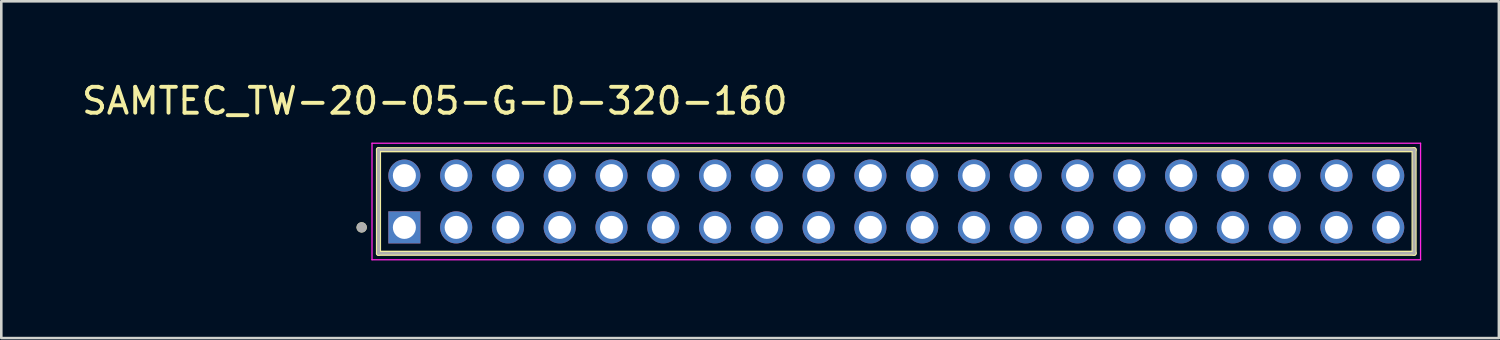
<source format=kicad_pcb>
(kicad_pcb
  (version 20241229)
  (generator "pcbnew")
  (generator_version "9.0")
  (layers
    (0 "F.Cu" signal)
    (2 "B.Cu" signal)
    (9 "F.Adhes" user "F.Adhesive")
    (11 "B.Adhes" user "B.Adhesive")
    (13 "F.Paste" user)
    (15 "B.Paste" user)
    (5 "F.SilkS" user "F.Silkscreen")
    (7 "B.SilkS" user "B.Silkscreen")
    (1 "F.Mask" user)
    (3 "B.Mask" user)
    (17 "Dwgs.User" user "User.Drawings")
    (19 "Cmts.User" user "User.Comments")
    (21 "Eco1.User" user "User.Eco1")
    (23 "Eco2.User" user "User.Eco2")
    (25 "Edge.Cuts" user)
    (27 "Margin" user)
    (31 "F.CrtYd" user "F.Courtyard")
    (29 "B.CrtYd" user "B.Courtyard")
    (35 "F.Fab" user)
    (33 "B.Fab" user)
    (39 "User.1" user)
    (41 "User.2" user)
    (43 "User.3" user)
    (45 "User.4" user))
  (footprint "SAMTEC_TW-20-05-G-D-320-160"
    (layer "F.Cu")
    (at 12.569 5.733)
    (property "Reference" "SAMTEC_TW-20-05-G-D-320-160" (at 1.175 -4.885 0) (layer "F.SilkS") (effects (font (size 1 1) (thickness 0.15))))
    (attr through_hole)
    (fp_line (start -1 1) (end -1 -3) (stroke (width 0.2) (type solid)) (layer "F.SilkS"))
    (fp_line (start 39 -3) (end -1 -3) (stroke (width 0.2) (type solid)) (layer "F.SilkS"))
    (fp_line (start 39 -3) (end 39 1) (stroke (width 0.2) (type solid)) (layer "F.SilkS"))
    (fp_line (start 39 1) (end -1 1) (stroke (width 0.2) (type solid)) (layer "F.SilkS"))
    (fp_circle (center -1.65 0) (end -1.55 0) (stroke (width 0.2) (type solid)) (fill no) (layer "F.SilkS"))
    (fp_line (start -1.25 -3.25) (end 39.25 -3.25) (stroke (width 0.05) (type solid)) (layer "F.CrtYd"))
    (fp_line (start -1.25 1.25) (end -1.25 -3.25) (stroke (width 0.05) (type solid)) (layer "F.CrtYd"))
    (fp_line (start 39.25 -3.25) (end 39.25 1.25) (stroke (width 0.05) (type solid)) (layer "F.CrtYd"))
    (fp_line (start 39.25 1.25) (end -1.25 1.25) (stroke (width 0.05) (type solid)) (layer "F.CrtYd"))
    (fp_line (start -1 -3) (end 39 -3) (stroke (width 0.1) (type solid)) (layer "F.Fab"))
    (fp_line (start -1 -3) (end 39 -3) (stroke (width 0.1) (type solid)) (layer "F.Fab"))
    (fp_line (start -1 1) (end -1 -3) (stroke (width 0.1) (type solid)) (layer "F.Fab"))
    (fp_line (start -1 1) (end -1 -3) (stroke (width 0.1) (type solid)) (layer "F.Fab"))
    (fp_line (start 39 -3) (end 39 1) (stroke (width 0.1) (type solid)) (layer "F.Fab"))
    (fp_line (start 39 -3) (end 39 1) (stroke (width 0.1) (type solid)) (layer "F.Fab"))
    (fp_line (start 39 1) (end -1 1) (stroke (width 0.1) (type solid)) (layer "F.Fab"))
    (fp_circle (center -1.65 0) (end -1.55 0) (stroke (width 0.2) (type solid)) (fill no) (layer "F.Fab"))
    (pad "01" thru_hole rect (at 0 0) (size 1.24 1.24) (drill 0.89) (layers "*.Cu" "*.Mask"))
    (pad "02" thru_hole circle (at 0 -2) (size 1.24 1.24) (drill 0.89) (layers "*.Cu" "*.Mask"))
    (pad "03" thru_hole circle (at 2 0) (size 1.24 1.24) (drill 0.89) (layers "*.Cu" "*.Mask"))
    (pad "04" thru_hole circle (at 2 -2) (size 1.24 1.24) (drill 0.89) (layers "*.Cu" "*.Mask"))
    (pad "05" thru_hole circle (at 4 0) (size 1.24 1.24) (drill 0.89) (layers "*.Cu" "*.Mask"))
    (pad "06" thru_hole circle (at 4 -2) (size 1.24 1.24) (drill 0.89) (layers "*.Cu" "*.Mask"))
    (pad "07" thru_hole circle (at 6 0) (size 1.24 1.24) (drill 0.89) (layers "*.Cu" "*.Mask"))
    (pad "08" thru_hole circle (at 6 -2) (size 1.24 1.24) (drill 0.89) (layers "*.Cu" "*.Mask"))
    (pad "09" thru_hole circle (at 8 0) (size 1.24 1.24) (drill 0.89) (layers "*.Cu" "*.Mask"))
    (pad "10" thru_hole circle (at 8 -2) (size 1.24 1.24) (drill 0.89) (layers "*.Cu" "*.Mask"))
    (pad "11" thru_hole circle (at 10 0) (size 1.24 1.24) (drill 0.89) (layers "*.Cu" "*.Mask"))
    (pad "12" thru_hole circle (at 10 -2) (size 1.24 1.24) (drill 0.89) (layers "*.Cu" "*.Mask"))
    (pad "13" thru_hole circle (at 12 0) (size 1.24 1.24) (drill 0.89) (layers "*.Cu" "*.Mask"))
    (pad "14" thru_hole circle (at 12 -2) (size 1.24 1.24) (drill 0.89) (layers "*.Cu" "*.Mask"))
    (pad "15" thru_hole circle (at 14 0) (size 1.24 1.24) (drill 0.89) (layers "*.Cu" "*.Mask"))
    (pad "16" thru_hole circle (at 14 -2) (size 1.24 1.24) (drill 0.89) (layers "*.Cu" "*.Mask"))
    (pad "17" thru_hole circle (at 16 0) (size 1.24 1.24) (drill 0.89) (layers "*.Cu" "*.Mask"))
    (pad "18" thru_hole circle (at 16 -2) (size 1.24 1.24) (drill 0.89) (layers "*.Cu" "*.Mask"))
    (pad "19" thru_hole circle (at 18 0) (size 1.24 1.24) (drill 0.89) (layers "*.Cu" "*.Mask"))
    (pad "20" thru_hole circle (at 18 -2) (size 1.24 1.24) (drill 0.89) (layers "*.Cu" "*.Mask"))
    (pad "21" thru_hole circle (at 20 0) (size 1.24 1.24) (drill 0.89) (layers "*.Cu" "*.Mask"))
    (pad "22" thru_hole circle (at 20 -2) (size 1.24 1.24) (drill 0.89) (layers "*.Cu" "*.Mask"))
    (pad "23" thru_hole circle (at 22 0) (size 1.24 1.24) (drill 0.89) (layers "*.Cu" "*.Mask"))
    (pad "24" thru_hole circle (at 22 -2) (size 1.24 1.24) (drill 0.89) (layers "*.Cu" "*.Mask"))
    (pad "25" thru_hole circle (at 24 0) (size 1.24 1.24) (drill 0.89) (layers "*.Cu" "*.Mask"))
    (pad "26" thru_hole circle (at 24 -2) (size 1.24 1.24) (drill 0.89) (layers "*.Cu" "*.Mask"))
    (pad "27" thru_hole circle (at 26 0) (size 1.24 1.24) (drill 0.89) (layers "*.Cu" "*.Mask"))
    (pad "28" thru_hole circle (at 26 -2) (size 1.24 1.24) (drill 0.89) (layers "*.Cu" "*.Mask"))
    (pad "29" thru_hole circle (at 28 0) (size 1.24 1.24) (drill 0.89) (layers "*.Cu" "*.Mask"))
    (pad "30" thru_hole circle (at 28 -2) (size 1.24 1.24) (drill 0.89) (layers "*.Cu" "*.Mask"))
    (pad "31" thru_hole circle (at 30 0) (size 1.24 1.24) (drill 0.89) (layers "*.Cu" "*.Mask"))
    (pad "32" thru_hole circle (at 30 -2) (size 1.24 1.24) (drill 0.89) (layers "*.Cu" "*.Mask"))
    (pad "33" thru_hole circle (at 32 0) (size 1.24 1.24) (drill 0.89) (layers "*.Cu" "*.Mask"))
    (pad "34" thru_hole circle (at 32 -2) (size 1.24 1.24) (drill 0.89) (layers "*.Cu" "*.Mask"))
    (pad "35" thru_hole circle (at 34 0) (size 1.24 1.24) (drill 0.89) (layers "*.Cu" "*.Mask"))
    (pad "36" thru_hole circle (at 34 -2) (size 1.24 1.24) (drill 0.89) (layers "*.Cu" "*.Mask"))
    (pad "37" thru_hole circle (at 36 0) (size 1.24 1.24) (drill 0.89) (layers "*.Cu" "*.Mask"))
    (pad "38" thru_hole circle (at 36 -2) (size 1.24 1.24) (drill 0.89) (layers "*.Cu" "*.Mask"))
    (pad "39" thru_hole circle (at 38 0) (size 1.24 1.24) (drill 0.89) (layers "*.Cu" "*.Mask"))
    (pad "40" thru_hole circle (at 38 -2) (size 1.24 1.24) (drill 0.89) (layers "*.Cu" "*.Mask")))
  (gr_rect
    (start -3 -3)
    (end 54.844 10.008)
    (stroke (width 0.1) (type default))
    (fill no)
    (layer "Edge.Cuts")))
</source>
